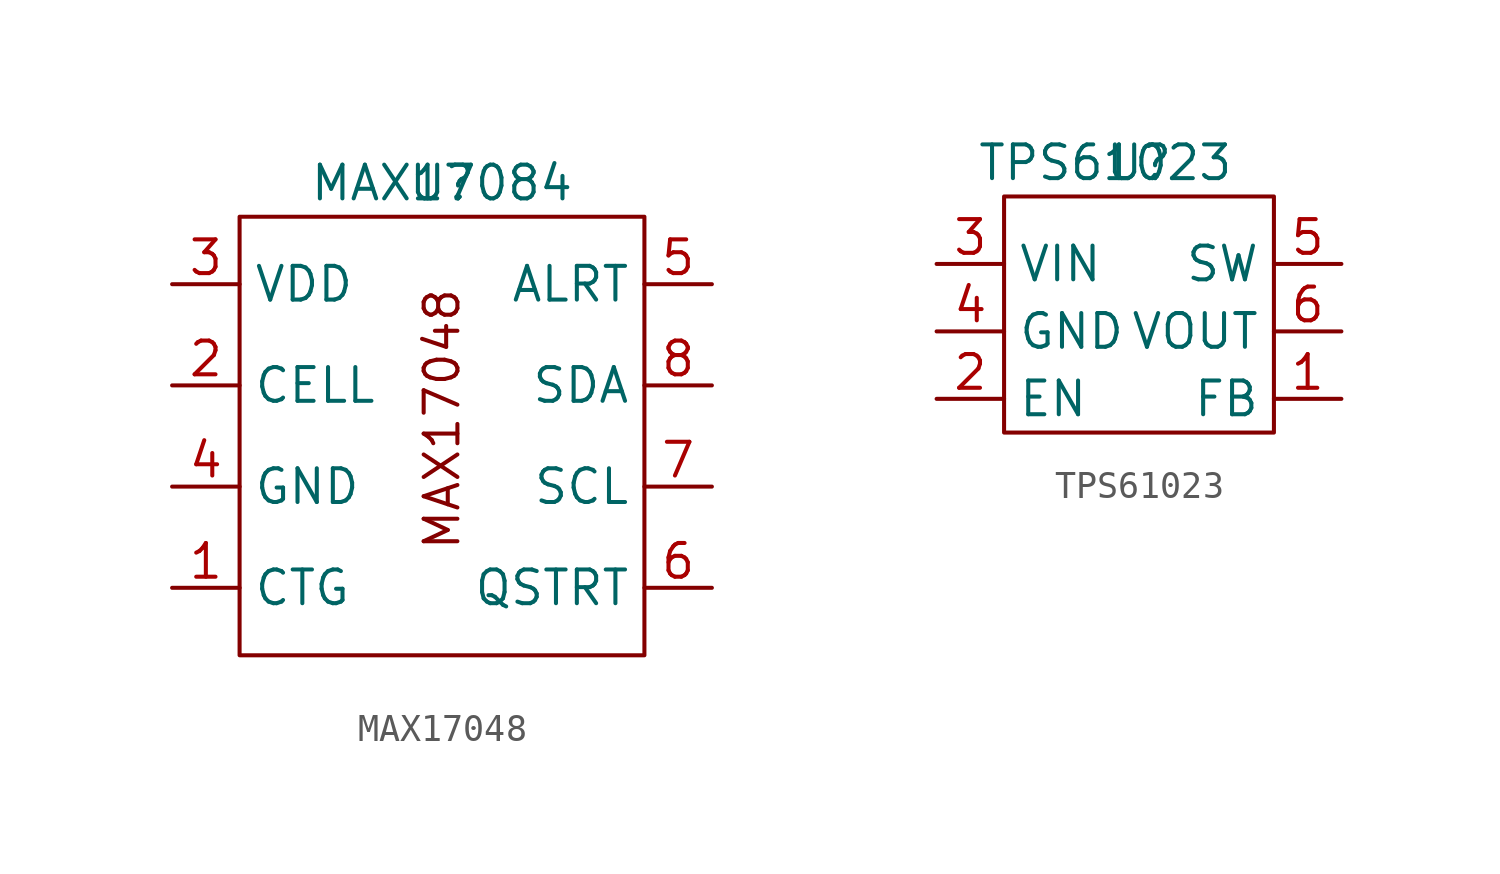
<source format=kicad_sym>
(kicad_symbol_lib
  (version 20220914)
  (generator kicad_symbol_editor)
  (symbol "MAX17048"
    (property "Reference" "U"
      (at 0 0 0)
      (effects (font (size 1.27 1.27))))
    (property "Value" "MAX17084"
      (at 0 0 0)
      (effects (font (size 1.27 1.27))))
    (symbol "MAX17048_0_1"
      (rectangle (start -7.62 -1.27) (end 7.62 -17.78) (stroke (width 0) (type default)) (fill (type none)))
      (text "MAX17048" (at 0 -8.89 900) (effects (font (size 1.27 1.27)))))
    (symbol "MAX17048_1_1"
      (pin passive line (at -10.16 -15.24 0) (length 2.54) (name "CTG" (effects (font (size 1.27 1.27)))) (number "1" (effects (font (size 1.27 1.27)))))
      (pin passive line (at -10.16 -7.62 0) (length 2.54) (name "CELL" (effects (font (size 1.27 1.27)))) (number "2" (effects (font (size 1.27 1.27)))))
      (pin passive line (at -10.16 -3.81 0) (length 2.54) (name "VDD" (effects (font (size 1.27 1.27)))) (number "3" (effects (font (size 1.27 1.27)))))
      (pin passive line (at -10.16 -11.43 0) (length 2.54) (name "GND" (effects (font (size 1.27 1.27)))) (number "4" (effects (font (size 1.27 1.27)))))
      (pin passive line (at 10.16 -3.81 180) (length 2.54) (name "ALRT" (effects (font (size 1.27 1.27)))) (number "5" (effects (font (size 1.27 1.27)))))
      (pin passive line (at 10.16 -15.24 180) (length 2.54) (name "QSTRT" (effects (font (size 1.27 1.27)))) (number "6" (effects (font (size 1.27 1.27)))))
      (pin passive line (at 10.16 -11.43 180) (length 2.54) (name "SCL" (effects (font (size 1.27 1.27)))) (number "7" (effects (font (size 1.27 1.27)))))
      (pin passive line (at 10.16 -7.62 180) (length 2.54) (name "SDA" (effects (font (size 1.27 1.27)))) (number "8" (effects (font (size 1.27 1.27)))))))
  (symbol "TPS61023"
    (property "Reference" "U"
      (at 0 0 0)
      (effects (font (size 1.27 1.27))))
    (property "Value" "TPS61023"
      (at -1.27 0 0)
      (effects (font (size 1.27 1.27))))
    (symbol "TPS61023_0_1"
      (rectangle (start -5.08 -1.27) (end 5.08 -10.16) (stroke (width 0) (type default)) (fill (type none))))
    (symbol "TPS61023_1_1"
      (pin unspecified line (at 7.62 -8.89 180) (length 2.54) (name "FB" (effects (font (size 1.27 1.27)))) (number "1" (effects (font (size 1.27 1.27)))))
      (pin unspecified line (at -7.62 -8.89 0) (length 2.54) (name "EN" (effects (font (size 1.27 1.27)))) (number "2" (effects (font (size 1.27 1.27)))))
      (pin unspecified line (at -7.62 -3.81 0) (length 2.54) (name "VIN" (effects (font (size 1.27 1.27)))) (number "3" (effects (font (size 1.27 1.27)))))
      (pin unspecified line (at -7.62 -6.35 0) (length 2.54) (name "GND" (effects (font (size 1.27 1.27)))) (number "4" (effects (font (size 1.27 1.27)))))
      (pin unspecified line (at 7.62 -3.81 180) (length 2.54) (name "SW" (effects (font (size 1.27 1.27)))) (number "5" (effects (font (size 1.27 1.27)))))
      (pin unspecified line (at 7.62 -6.35 180) (length 2.54) (name "VOUT" (effects (font (size 1.27 1.27)))) (number "6" (effects (font (size 1.27 1.27))))))))
</source>
